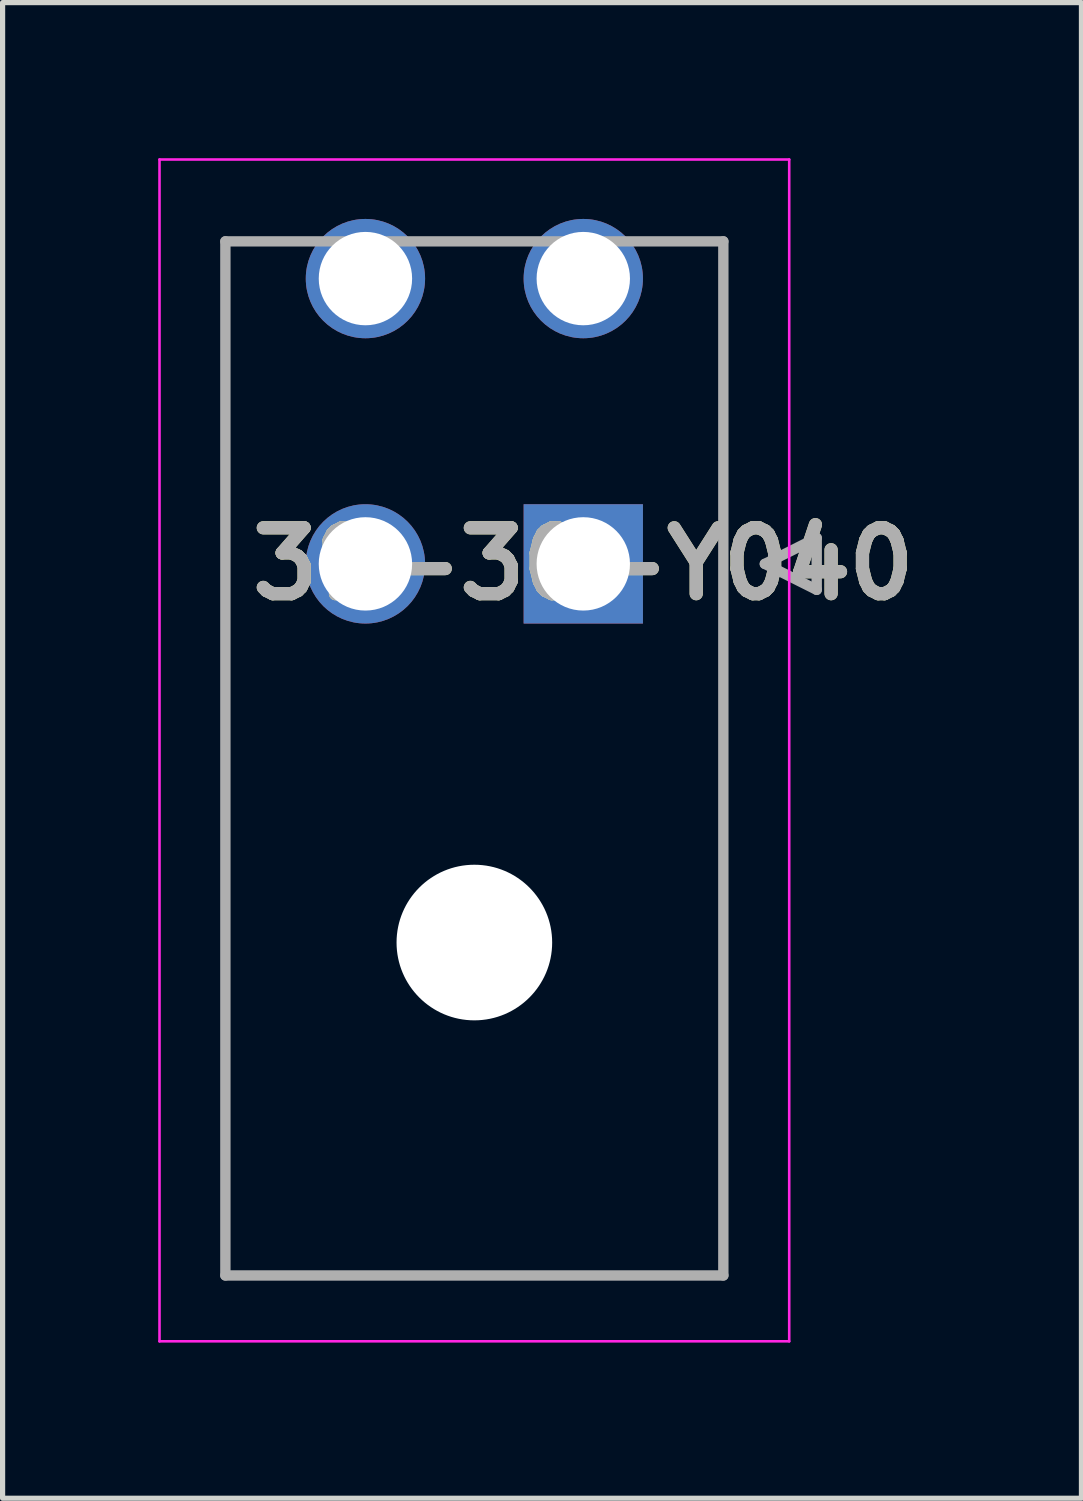
<source format=kicad_pcb>
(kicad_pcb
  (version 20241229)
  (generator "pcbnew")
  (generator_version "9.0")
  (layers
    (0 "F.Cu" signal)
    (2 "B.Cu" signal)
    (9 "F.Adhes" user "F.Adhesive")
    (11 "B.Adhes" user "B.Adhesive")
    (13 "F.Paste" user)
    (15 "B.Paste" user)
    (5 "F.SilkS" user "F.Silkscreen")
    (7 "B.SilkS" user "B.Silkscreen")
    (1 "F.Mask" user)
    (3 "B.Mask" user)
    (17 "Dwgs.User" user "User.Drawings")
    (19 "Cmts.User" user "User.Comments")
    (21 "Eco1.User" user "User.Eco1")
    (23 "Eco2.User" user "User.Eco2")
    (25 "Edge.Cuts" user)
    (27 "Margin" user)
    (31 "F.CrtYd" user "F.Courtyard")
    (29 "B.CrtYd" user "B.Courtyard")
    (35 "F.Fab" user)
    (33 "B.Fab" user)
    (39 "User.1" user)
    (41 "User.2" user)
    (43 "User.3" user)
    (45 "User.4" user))
  (footprint "39-30-Y040"
    (layer "F.Cu")
    (at 8.195 7.821)
    (property "Reference" "39-30-Y040" (at 0 0 0) (layer "F.SilkS") (effects (font (size 1.27 1.27) (thickness 0.254))))
    (attr through_hole)
    (fp_line (start -6.9 13.718) (end -6.9 -6.218) (stroke (width 0.1) (type solid)) (layer "F.SilkS"))
    (fp_line (start 2.7 -6.218) (end 2.7 13.718) (stroke (width 0.1) (type solid)) (layer "F.SilkS"))
    (fp_line (start 2.7 13.718) (end -6.9 13.718) (stroke (width 0.1) (type solid)) (layer "F.SilkS"))
    (fp_line (start 3.5 0) (end 4.5 -0.5) (stroke (width 0.1) (type solid)) (layer "F.SilkS"))
    (fp_line (start 4.5 -0.5) (end 4.5 0.5) (stroke (width 0.1) (type solid)) (layer "F.SilkS"))
    (fp_line (start 4.5 0.5) (end 3.5 0) (stroke (width 0.1) (type solid)) (layer "F.SilkS"))
    (fp_line (start -8.17 -7.796) (end 3.97 -7.796) (stroke (width 0.05) (type solid)) (layer "F.CrtYd"))
    (fp_line (start -8.17 14.988) (end -8.17 -7.796) (stroke (width 0.05) (type solid)) (layer "F.CrtYd"))
    (fp_line (start 3.97 -7.796) (end 3.97 14.988) (stroke (width 0.05) (type solid)) (layer "F.CrtYd"))
    (fp_line (start 3.97 14.988) (end -8.17 14.988) (stroke (width 0.05) (type solid)) (layer "F.CrtYd"))
    (fp_line (start -6.9 -6.218) (end 2.7 -6.218) (stroke (width 0.2) (type solid)) (layer "F.Fab"))
    (fp_line (start -6.9 13.718) (end -6.9 -6.218) (stroke (width 0.2) (type solid)) (layer "F.Fab"))
    (fp_line (start 2.7 -6.218) (end 2.7 13.718) (stroke (width 0.2) (type solid)) (layer "F.Fab"))
    (fp_line (start 2.7 13.718) (end -6.9 13.718) (stroke (width 0.2) (type solid)) (layer "F.Fab"))
    (fp_line (start 3.5 0) (end 4.5 -0.5) (stroke (width 0.2) (type solid)) (layer "F.Fab"))
    (fp_line (start 4.5 -0.5) (end 4.5 0.5) (stroke (width 0.2) (type solid)) (layer "F.Fab"))
    (fp_line (start 4.5 0.5) (end 3.5 0) (stroke (width 0.2) (type solid)) (layer "F.Fab"))
    (fp_text user "${REFERENCE}" (at 0 0 0) (layer "F.Fab") (effects (font (size 1.27 1.27) (thickness 0.254))))
    (pad "" np_thru_hole circle (at -2.1 7.3) (size 3 3) (drill 3) (layers "*.Cu" "*.Mask"))
    (pad "1" thru_hole rect (at 0 0) (size 2.3 2.3) (drill 1.8) (layers "*.Cu" "*.Mask"))
    (pad "2" thru_hole circle (at -4.2 0) (size 2.3 2.3) (drill 1.8) (layers "*.Cu" "*.Mask"))
    (pad "3" thru_hole circle (at 0 -5.5) (size 2.3 2.3) (drill 1.8) (layers "*.Cu" "*.Mask"))
    (pad "4" thru_hole circle (at -4.2 -5.5) (size 2.3 2.3) (drill 1.8) (layers "*.Cu" "*.Mask")))
  (gr_rect
    (start -3 -3)
    (end 17.799 25.834)
    (stroke (width 0.1) (type default))
    (fill no)
    (layer "Edge.Cuts")))
</source>
